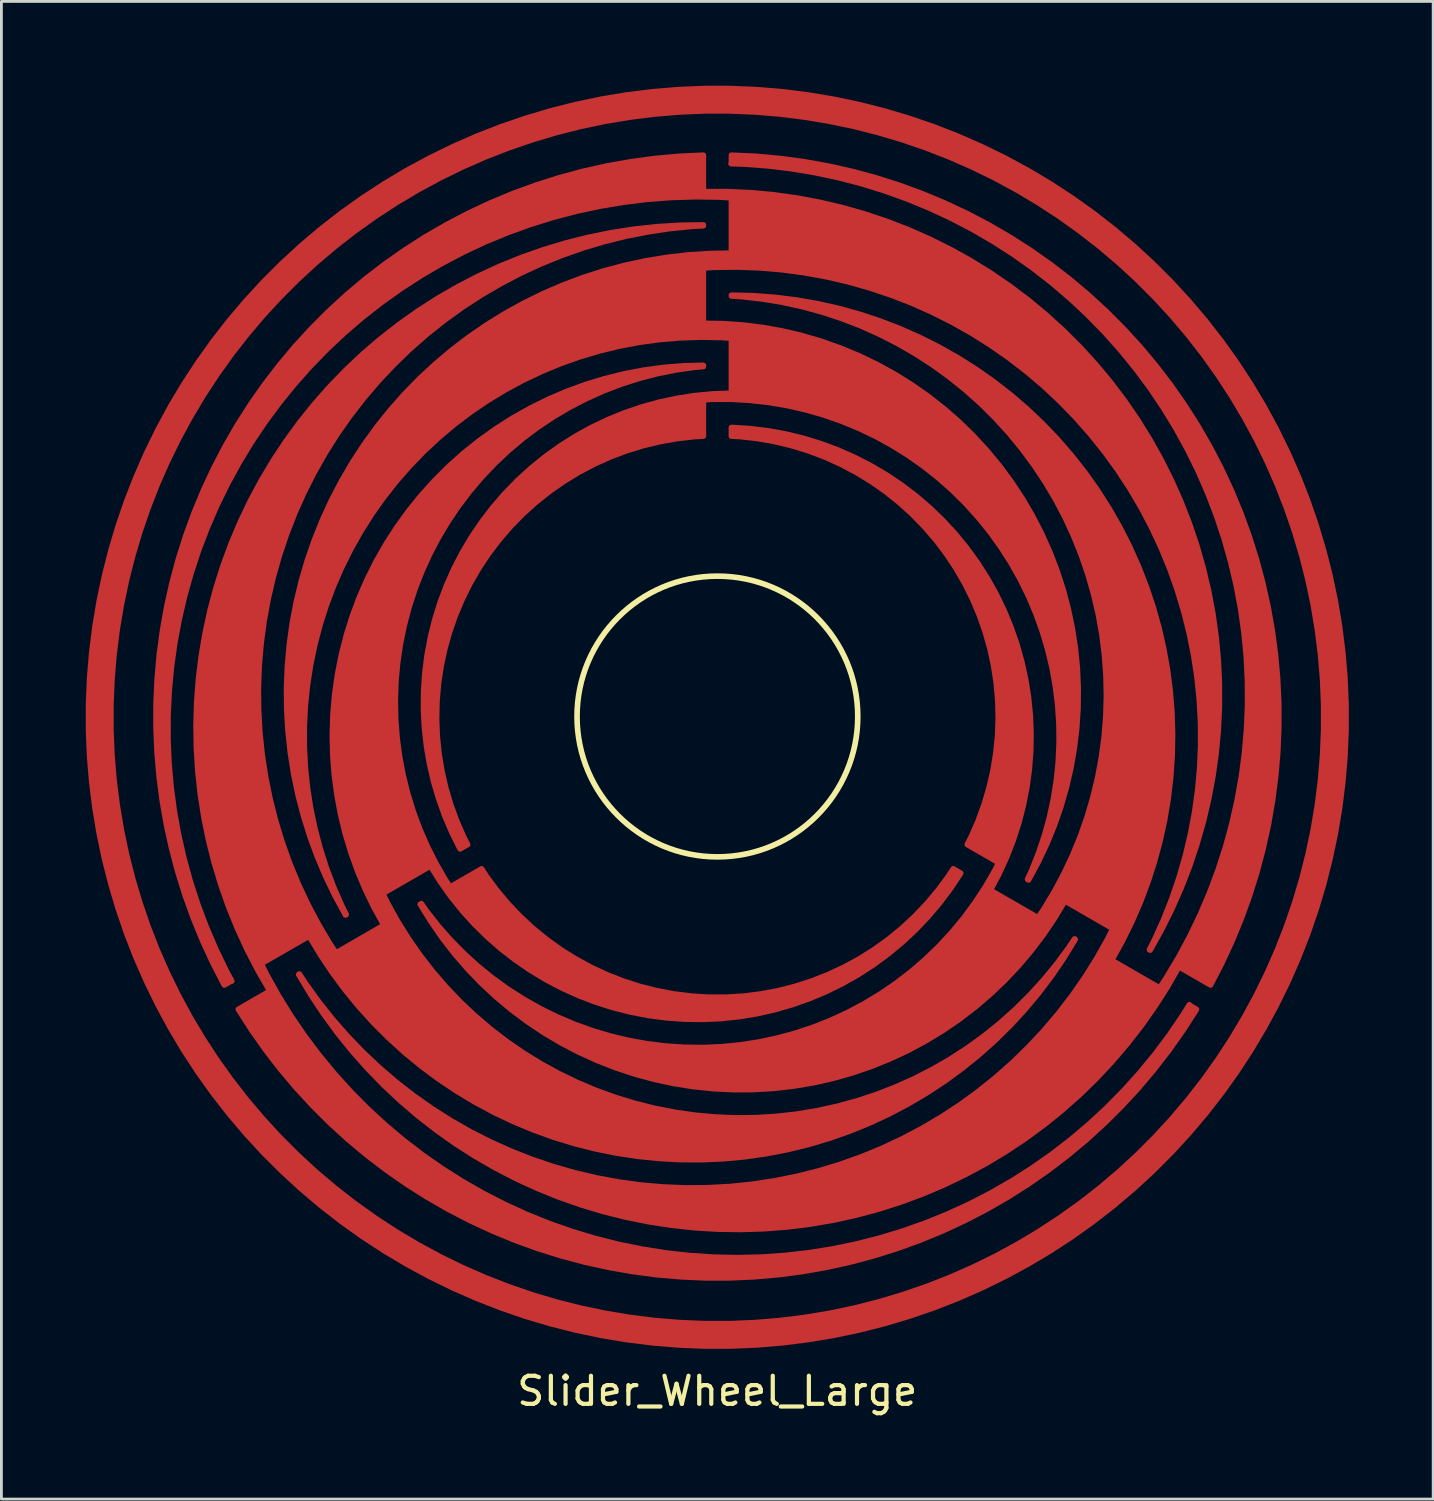
<source format=kicad_pcb>
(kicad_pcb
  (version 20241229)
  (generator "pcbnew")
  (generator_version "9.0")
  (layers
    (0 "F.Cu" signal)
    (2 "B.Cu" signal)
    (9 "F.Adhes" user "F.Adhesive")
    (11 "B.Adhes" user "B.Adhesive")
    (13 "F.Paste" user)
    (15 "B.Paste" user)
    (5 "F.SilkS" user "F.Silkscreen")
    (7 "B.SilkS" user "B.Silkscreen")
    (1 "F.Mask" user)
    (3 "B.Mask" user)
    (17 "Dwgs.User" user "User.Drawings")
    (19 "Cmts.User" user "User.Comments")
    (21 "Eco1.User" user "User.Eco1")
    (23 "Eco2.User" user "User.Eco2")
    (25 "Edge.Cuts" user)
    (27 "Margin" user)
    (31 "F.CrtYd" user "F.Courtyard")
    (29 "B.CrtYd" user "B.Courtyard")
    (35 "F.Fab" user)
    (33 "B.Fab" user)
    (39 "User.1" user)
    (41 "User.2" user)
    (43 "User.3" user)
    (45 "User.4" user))
  (footprint "Slider_Wheel_Large"
    (layer "F.Cu")
    (at 22.5 22.5)
    (property "Reference" "Slider_Wheel_Large" (at 0 24 0) (layer "F.SilkS") (effects (font (size 1 1) (thickness 0.15))))
    (attr through_hole)
    (fp_circle (center 0.004 -0.028) (end 5.004 -0.028) (stroke (width 0.2) (type solid)) (fill no) (layer "F.SilkS"))
    (pad "1" smd custom (at -2.6 -14.8) (size 1 1) (layers "F.Cu" "F.Mask" "F.Paste") (options (anchor rect)) (primitives (gr_poly (pts (xy 3.1 -1.3) (xy 2.1 -1.3) (xy 2.1 1.2) (xy 0.6 1.3) (xy -1.3 1.6) (xy -3.1 2.2) (xy -5.2 3.2) (xy -6.5 4.1) (xy -8 5.4) (xy -9.3 6.9) (xy -10.3 8.3) (xy -11 9.7) (xy -11.6 11.3) (xy -12 13) (xy -12.2 14.8) (xy -12.1 16.6) (xy -11.9 18.2) (xy -11.4 20.2) (xy -12 18.6) (xy -12.3 17.3) (xy -12.6 15.5) (xy -12.7 14.1) (xy -12.6 12.4) (xy -12.4 11.2) (xy -12.1 9.8) (xy -11.6 8.2) (xy -11 6.9) (xy -10.2 5.5) (xy -9.3 4.3) (xy -8.6 3.4) (xy -7.7 2.5) (xy -6.9 1.8) (xy -5.4 0.8) (xy -4.1 0) (xy -2.6 -0.6) (xy -0.8 -1.2) (xy 0.3 -1.4) (xy 1.9 -1.6) (xy 3.1 -1.7)) (width 0.1) (fill yes)) (gr_arc (start -10.621232 21.820568) (mid -9.712831 7.576972) (end 3.104206 1.297738) (width 0.2)) (gr_arc (start -10.646865 21.83505) (mid -10.602016 6.065888) (end 3.104206 -1.732057) (width 0.2)) (gr_line (start -10.618 21.828) (end -10.643 21.842) (width 0.2)) (gr_line (start 18.019 23.094) (end 17.994 23.079) (width 0.2)) (gr_arc (start -14.691799 24.199035) (mid -13.995844 5.016024) (end 3.104206 -3.705246) (width 0.2)) (gr_line (start 2.104 -5.222) (end 2.104 -3.923) (width 0.2)) (gr_line (start 3.104 -1.732) (end 3.104 -3.705) (width 0.2)) (gr_arc (start 2.097831 0.767589) (mid 13.650412 7.314542) (end 13.687349 20.593223) (width 0.2)) (gr_arc (start 2.094824 3.488685) (mid 12.710535 8.758047) (end 13.650996 20.572235) (width 0.2)) (gr_arc (start -6.29267 19.337416) (mid -6.057443 9.774134) (end 2.104206 4.784226) (width 0.2)) (gr_line (start -6.295 19.332) (end -6.562 19.486) (width 0.2)) (gr_arc (start 2.118769 -3.923178) (mid 18.009957 4.911829) (end 18.018621 23.093884) (width 0.2)) (gr_line (start 2.104 3.488) (end 2.104 4.784) (width 0.2)) (gr_arc (start -14.966713 24.324875) (mid -14.713255 4.766441) (end 2.104206 -5.222031) (width 0.2)) (gr_arc (start 2.105916 -1.206418) (mid 17.088778 6.331626) (end 17.993617 23.079448) (width 0.2)) (gr_arc (start -6.560289 19.489062) (mid -6.31476 8.642633) (end 3.104206 3.258547) (width 0.2)) (gr_line (start 13.687 20.593) (end 13.651 20.572) (width 0.2)) (gr_line (start -14.7 24.185) (end -14.961 24.336) (width 0.2)) (gr_line (start 3.104 3.259) (end 3.104 1.298) (width 0.2)) (gr_line (start 2.104 -1.206) (end 2.104 0.768) (width 0.2)) (gr_poly (pts (xy 3.1 -3.8) (xy 4 -3.8) (xy 5.3 -3.7) (xy 6.8 -3.4) (xy 8.2 -3) (xy 9.4 -2.5) (xy 10.7 -1.9) (xy 11.9 -1.3) (xy 13 -0.5) (xy 14.3 0.5) (xy 15.5 1.7) (xy 16.7 3.1) (xy 17.7 4.5) (xy 18.8 6.6) (xy 19.4 8) (xy 19.8 9.2) (xy 20.1 10.7) (xy 20.3 12.4) (xy 20.4 13.7) (xy 20.4 15) (xy 20.2 16.6) (xy 19.9 18.4) (xy 19.5 19.8) (xy 19 21.1) (xy 19.4 19.3) (xy 19.7 17.6) (xy 19.9 15.8) (xy 19.8 13.9) (xy 19.5 12) (xy 18.9 9.7) (xy 17.9 7.6) (xy 16.7 5.7) (xy 15.7 4.4) (xy 14.2 2.9) (xy 12.2 1.3) (xy 10.7 0.5) (xy 8.9 -0.3) (xy 7.6 -0.7) (xy 5.9 -1.1) (xy 4.6 -1.2) (xy 3 -1.3) (xy 3.1 -1.8) (xy 3.1 -3.8) (xy 2.2 -3.8) (xy 2.2 -3.9) (xy 3.1 -3.9)) (width 0.1) (fill yes)) (gr_poly (pts (xy 3.7 0.9) (xy 4.5 1) (xy 6 1.4) (xy 7.2 1.8) (xy 8.9 2.6) (xy 10.2 3.5) (xy 11.1 4.3) (xy 12.1 5.3) (xy 13.1 6.6) (xy 14 8.1) (xy 14.7 9.7) (xy 15.1 11.1) (xy 15.3 12.7) (xy 15.4 14) (xy 15.3 15.4) (xy 15.1 16.8) (xy 14.8 18) (xy 14.2 19.4) (xy 14.6 17.9) (xy 14.8 16.3) (xy 14.8 14.3) (xy 14.4 12.1) (xy 13.7 10.4) (xy 13.1 9.2) (xy 12 7.7) (xy 10.9 6.5) (xy 10 5.8) (xy 9.3 5.3) (xy 7.8 4.5) (xy 6.1 3.9) (xy 4.7 3.6) (xy 3.5 3.4) (xy 2.4 3.4) (xy 2.4 3.3) (xy 3.2 3.3) (xy 3.2 1.2) (xy 2.1 1.2) (xy 2.1 0.8) (xy 2.4 0.8)) (width 0.1) (fill yes)) (gr_poly (pts (xy 2.1 4.7) (xy 1.3 4.8) (xy -0.2 5.1) (xy -1.1 5.4) (xy -2.3 6) (xy -3.4 6.7) (xy -4.4 7.6) (xy -5.2 8.4) (xy -5.9 9.4) (xy -6.4 10.3) (xy -6.9 11.5) (xy -7.2 12.5) (xy -7.4 13.5) (xy -7.5 14.6) (xy -7.4 15.9) (xy -7.2 17.1) (xy -6.8 18.4) (xy -6.3 19.3) (xy -6.5 19.4) (xy -7 18.5) (xy -7.5 16.9) (xy -7.8 15.2) (xy -7.8 13.6) (xy -7.6 12.5) (xy -7.3 10.9) (xy -6.8 9.7) (xy -6.2 8.6) (xy -5.4 7.4) (xy -4.2 6.1) (xy -2.7 5) (xy -1 4.1) (xy 0.6 3.6) (xy 2.1 3.4)) (width 0.1) (fill yes)) (gr_poly (pts (xy 2.1 -3.8) (xy 1.7 -3.8) (xy 0.4 -3.7) (xy -1.4 -3.5) (xy -2.9 -3.2) (xy -4.6 -2.6) (xy -5.5 -2.3) (xy -7.6 -1.2) (xy -9.3 -0.1) (xy -11.1 1.4) (xy -12.5 2.9) (xy -13.5 4.1) (xy -14.5 5.7) (xy -15.4 7.4) (xy -16 8.9) (xy -16.6 10.9) (xy -17 13.7) (xy -17 16.2) (xy -16.9 17.4) (xy -16.7 18.7) (xy -16.4 20.1) (xy -16.1 21.1) (xy -15.7 22.1) (xy -15.4 22.8) (xy -14.8 24.1) (xy -15 24.2) (xy -15.5 23.2) (xy -16.2 21.5) (xy -16.7 19.8) (xy -17 18.3) (xy -17.2 16.9) (xy -17.3 15.2) (xy -17.3 13.9) (xy -17.2 12.4) (xy -16.9 10.5) (xy -16.4 8.8) (xy -15.8 7.1) (xy -14.6 4.7) (xy -13.3 2.7) (xy -12.5 1.7) (xy -11 0.2) (xy -10 -0.7) (xy -9.1 -1.3) (xy -7.7 -2.3) (xy -6.6 -2.9) (xy -4.9 -3.7) (xy -3.2 -4.3) (xy -1.1 -4.8) (xy 1 -5.1) (xy 2.1 -5.2)) (width 0.1) (fill yes))))
    (pad "2" smd custom (at -17.2 2.8) (size 1 1) (layers "F.Cu" "F.Mask" "F.Paste") (options (anchor rect)) (primitives (gr_poly (pts (xy 14.1 -20) (xy 13.2 -19.8) (xy 12 -19.4) (xy 10.7 -18.9) (xy 9.6 -18.4) (xy 8.5 -17.7) (xy 7.5 -17) (xy 5.8 -15.6) (xy 4.5 -14.1) (xy 3.1 -12.2) (xy 2.2 -10.3) (xy 1.4 -8.1) (xy 1 -6.2) (xy 0.8 -4.3) (xy 0.9 -2.2) (xy 1.1 -0.6) (xy 1.5 1.2) (xy 2.2 3) (xy 2.7 4.1) (xy 3 4.7) (xy 0.9 5.9) (xy 1.2 6.4) (xy 1 6.5) (xy 0.6 5.6) (xy -0.1 4.1) (xy -0.7 2.3) (xy -1.1 0.5) (xy -1.3 -1.2) (xy -1.3 -2.8) (xy -1.2 -4.7) (xy -0.9 -6.3) (xy -0.3 -8.4) (xy 0.5 -10.3) (xy 1.7 -12.4) (xy 3.2 -14.3) (xy 5.2 -16.2) (xy 7.3 -17.7) (xy 9.6 -18.9) (xy 11.9 -19.7) (xy 13.7 -20.1) (xy 15.6 -20.3)) (width 0.1) (fill yes)) (gr_poly (pts (xy 14.7 -15) (xy 13.7 -14.7) (xy 12.6 -14.2) (xy 11.3 -13.5) (xy 10.2 -12.8) (xy 9.4 -12.1) (xy 8.6 -11.2) (xy 7.8 -10.1) (xy 7.3 -9.4) (xy 6.3 -7.2) (xy 6 -6.1) (xy 5.8 -5) (xy 5.7 -3.8) (xy 5.7 -2.9) (xy 5.8 -1.6) (xy 6 -0.6) (xy 6.4 0.8) (xy 7.1 2.4) (xy 7.6 3.1) (xy 7.5 3.2) (xy 7 2.5) (xy 6.9 2.5) (xy 4.9 3.7) (xy 4.5 2.8) (xy 4.1 1.7) (xy 3.8 0.5) (xy 3.6 -0.5) (xy 3.5 -2.2) (xy 3.6 -3.6) (xy 3.9 -5.1) (xy 4.4 -6.8) (xy 5 -8.1) (xy 5.6 -9.2) (xy 6.6 -10.5) (xy 7.6 -11.6) (xy 8.8 -12.6) (xy 10.1 -13.5) (xy 11.4 -14.2) (xy 12.7 -14.7) (xy 14.3 -15.1) (xy 16.1 -15.3)) (width 0.1) (fill yes)) (gr_poly (pts (xy 5.7 4.3) (xy 6.4 5.5) (xy 7.4 6.7) (xy 8.8 8.1) (xy 10.1 9.1) (xy 11.6 10) (xy 13.3 10.7) (xy 14.7 11.1) (xy 15.7 11.3) (xy 16.9 11.5) (xy 18.3 11.5) (xy 19.6 11.4) (xy 21.1 11.2) (xy 22.4 10.9) (xy 24.1 10.2) (xy 25.9 9.2) (xy 27.2 8.2) (xy 28.8 6.7) (xy 27.9 7.8) (xy 26.9 8.8) (xy 25.6 9.9) (xy 24.3 10.7) (xy 22.8 11.5) (xy 21 12.2) (xy 18.9 12.7) (xy 17.1 12.9) (xy 15.6 12.9) (xy 13.8 12.7) (xy 12 12.3) (xy 10.1 11.6) (xy 8.8 11) (xy 7.6 10.3) (xy 6.7 9.6) (xy 5.8 8.8) (xy 5 8) (xy 4.1 7) (xy 3.4 6) (xy 2.7 4.9) (xy 3 4.7) (xy 3.6 5.7) (xy 5.4 4.7) (xy 4.9 3.8) (xy 5.3 3.5)) (width 0.1) (fill yes)) (gr_poly (pts (xy 9.1 3.2) (xy 9.9 4) (xy 10.8 5) (xy 12.2 5.9) (xy 13.6 6.6) (xy 15.1 7) (xy 16.2 7.2) (xy 17.3 7.3) (xy 18.9 7.1) (xy 20.4 6.7) (xy 22.1 6) (xy 23.1 5.3) (xy 24.4 4.2) (xy 25.1 3.4) (xy 25.6 2.7) (xy 25.8 2.8) (xy 25.7 2.9) (xy 24.9 4) (xy 23.7 5.2) (xy 22.5 6.1) (xy 20.8 7) (xy 19.5 7.5) (xy 18.1 7.8) (xy 16.8 7.9) (xy 15.9 7.9) (xy 14.6 7.7) (xy 13 7.3) (xy 11.8 6.8) (xy 10.6 6.2) (xy 9.7 5.5) (xy 8.6 4.5) (xy 7.9 3.7) (xy 7.5 3.2) (xy 7.6 3.1) (xy 7.7 3.3) (xy 8.8 2.6)) (width 0.1) (fill yes)) (gr_poly (pts (xy 2.5 8.6) (xy 3.6 10) (xy 4.8 11.3) (xy 6.3 12.6) (xy 7.3 13.3) (xy 8.3 13.9) (xy 9.6 14.6) (xy 10.9 15.2) (xy 12.2 15.6) (xy 13.2 15.9) (xy 14.4 16.2) (xy 15.3 16.3) (xy 16.8 16.5) (xy 18.5 16.5) (xy 19.5 16.4) (xy 21.1 16.2) (xy 22.8 15.8) (xy 24.4 15.3) (xy 25.5 14.9) (xy 26.5 14.4) (xy 27.8 13.7) (xy 28.7 13.1) (xy 29.8 12.3) (xy 30.7 11.5) (xy 31.8 10.4) (xy 32.7 9.4) (xy 33.5 8.3) (xy 34 7.5) (xy 34.2 7.6) (xy 33.8 8.3) (xy 33 9.3) (xy 32.2 10.2) (xy 31.9 10.6) (xy 30 12.5) (xy 28.9 13.3) (xy 27.4 14.3) (xy 26.5 14.8) (xy 24.3 15.8) (xy 22.7 16.3) (xy 20.7 16.8) (xy 19.2 17) (xy 17.6 17.1) (xy 16.2 17.1) (xy 15 17) (xy 13.4 16.7) (xy 12.2 16.4) (xy 10.7 16) (xy 9.1 15.4) (xy 7.5 14.6) (xy 6.3 13.9) (xy 4.4 12.4) (xy 3.1 11.3) (xy 1.7 9.7) (xy 0.9 8.6) (xy 0.2 7.6) (xy 1.4 6.9)) (width 0.1) (fill yes)) (gr_arc (start 7.687504 3.254372) (mid 6.94305 -8.573784) (end 16.704206 -15.295341) (width 0.2)) (gr_arc (start 34.016503 7.436838) (mid 17.055552 16.425629) (end 0.952686 5.977188) (width 0.2)) (gr_line (start 34.008 7.451) (end 34.269 7.602) (width 0.2)) (gr_arc (start 5.329462 4.612317) (mid 5.222999 -8.665988) (end 16.704206 -15.337317) (width 0.2)) (gr_line (start 29.926 5.094) (end 29.951 5.108) (width 0.2)) (gr_line (start 3.617 5.594) (end 5.326 4.607) (width 0.2)) (gr_arc (start 1.256668 6.939569) (mid 0.962414 -11.240109) (end 16.704206 -20.33864) (width 0.2)) (gr_line (start 16.704 -20.339) (end 16.704 -20.31) (width 0.2)) (gr_arc (start 34.262942 7.612002) (mid 17.198112 17.171717) (end 0.139111 7.601605) (width 0.2)) (gr_arc (start 3.61588 5.592318) (mid 2.652586 -11.152243) (end 16.704206 -20.309767) (width 0.2)) (gr_arc (start 29.946766 5.115816) (mid 16.267847 12.961557) (end 2.661518 4.990593) (width 0.2)) (gr_line (start 7.682 3.247) (end 8.805 2.598) (width 0.2)) (gr_arc (start 25.871793 2.749732) (mid 16.355745 7.960312) (end 6.983507 2.495291) (width 0.2)) (gr_line (start 16.704 -15.337) (end 16.704 -15.295) (width 0.2)) (gr_arc (start 25.606655 2.593789) (mid 17.206996 7.171718) (end 8.804784 2.598477) (width 0.2)) (gr_line (start 2.662 4.991) (end 0.953 5.977) (width 0.2)) (gr_line (start 25.604 2.598) (end 25.87 2.752) (width 0.2)) (gr_line (start 0.139 7.602) (end 1.264 6.952) (width 0.2)) (gr_line (start 6.984 2.495) (end 5.285 3.476) (width 0.2)) (gr_arc (start 29.921408 5.100858) (mid 17.131892 11.435958) (end 5.285397 3.475696) (width 0.2))))
    (pad "3" smd custom (at 19.4 0) (size 1 1) (layers "F.Cu" "F.Mask" "F.Paste") (options (anchor circle)) (primitives (gr_line (start -5.353 8.657) (end -3.644 9.643) (width 0.2)) (gr_line (start -9.675 6.161) (end -7.977 7.142) (width 0.2)) (gr_arc (start -9.36971 5.172097) (mid -19.240967 11.730892) (end -29.942584 6.638261) (width 0.2)) (gr_arc (start -7.014673 6.53525) (mid -18.460793 13.266603) (end -29.978937 6.659249) (width 0.2)) (gr_line (start -18.896 -19.72) (end -18.896 -20.022) (width 0.2)) (gr_arc (start -18.898886 -10.32364) (mid -9.628367 -4.687791) (end -9.675095 6.161316) (width 0.2)) (gr_line (start -29.979 6.659) (end -29.943 6.638) (width 0.2)) (gr_arc (start -18.887557 -15.006271) (mid -7.006443 -7.097775) (end -7.976985 7.141721) (width 0.2)) (gr_arc (start -18.901366 -10.016052) (mid -10.736935 -5.030698) (end -10.496372 4.532452) (width 0.2)) (gr_line (start -18.896 -10.016) (end -18.896 -10.324) (width 0.2)) (gr_arc (start -18.883611 -20.021723) (mid -2.07224 -10.023005) (end -1.830699 9.53558) (width 0.2)) (gr_arc (start -2.96282 8.898765) (mid -18.559755 18.243435) (end -34.310209 9.15991) (width 0.2)) (gr_line (start -9.374 5.18) (end -10.496 4.532) (width 0.2)) (gr_arc (start -5.309177 7.529254) (mid -19.328746 16.735772) (end -34.285205 9.145474) (width 0.2)) (gr_poly (pts (xy -17.8 -19.9) (xy -15.6 -19.6) (xy -12.9 -18.9) (xy -10.8 -18) (xy -8.9 -17) (xy -6.6 -15.4) (xy -5.2 -14) (xy -3.8 -12.5) (xy -2.6 -10.9) (xy -2 -9.8) (xy -1.5 -8.8) (xy -0.9 -7.6) (xy -0.2 -5.7) (xy 0.2 -3.4) (xy 0.5 -1.1) (xy 0.5 0.7) (xy 0.4 2.6) (xy -0.1 4.9) (xy -0.8 7.1) (xy -1.8 9.4) (xy -3 8.8) (xy -2.4 7.7) (xy -1.5 5.6) (xy -0.8 3.1) (xy -0.6 1.7) (xy -0.4 0) (xy -0.5 -1.9) (xy -0.7 -3.8) (xy -1.1 -5.8) (xy -2.1 -8.4) (xy -3.6 -11.3) (xy -5.3 -13.4) (xy -7.1 -15.2) (xy -8.3 -16.2) (xy -9.6 -17) (xy -11.3 -18) (xy -13 -18.7) (xy -14.8 -19.2) (xy -16.1 -19.5) (xy -17.4 -19.7) (xy -18.8 -19.8) (xy -18.8 -20)) (width 0.1) (fill yes)) (gr_poly (pts (xy -15.3 -14.6) (xy -13.8 -14.1) (xy -12 -13.4) (xy -10.7 -12.7) (xy -9.3 -11.7) (xy -7.7 -10.2) (xy -6.8 -9.2) (xy -6 -8.1) (xy -5.2 -6.8) (xy -4.2 -4.8) (xy -3.6 -2.8) (xy -3.3 -0.4) (xy -3.3 1.1) (xy -3.4 3.2) (xy -4 5.3) (xy -4.6 7) (xy -5.4 8.7) (xy -3.6 9.7) (xy -3 8.8) (xy -3.8 10.1) (xy -4.7 11.5) (xy -6.1 13.1) (xy -8.3 14.8) (xy -10.1 15.9) (xy -12.1 16.9) (xy -14.6 17.7) (xy -16.9 18.1) (xy -19.3 18.2) (xy -21.9 17.9) (xy -24.4 17.3) (xy -27 16.2) (xy -29.2 14.8) (xy -31.3 13) (xy -33.3 10.7) (xy -31.2 12.7) (xy -29.9 13.8) (xy -27.8 15) (xy -25.5 16) (xy -23.2 16.6) (xy -20.3 16.8) (xy -19.2 16.8) (xy -17.8 16.7) (xy -16.1 16.3) (xy -14.6 15.9) (xy -12.8 15.1) (xy -11 14.1) (xy -9.4 12.9) (xy -7.2 10.6) (xy -5.9 8.8) (xy -5.2 7.5) (xy -7 6.5) (xy -7.9 7.8) (xy -8.9 9) (xy -10.1 10.1) (xy -11.3 11) (xy -13.1 12) (xy -14.8 12.7) (xy -16.8 13.1) (xy -18.8 13.2) (xy -21.3 12.9) (xy -23.1 12.4) (xy -25.4 11.3) (xy -26.7 10.4) (xy -28.1 9.1) (xy -29.2 7.7) (xy -27.7 9.1) (xy -26.1 10.2) (xy -25 10.8) (xy -23.3 11.4) (xy -21.9 11.7) (xy -20.8 11.8) (xy -19.4 11.8) (xy -18.1 11.7) (xy -16.8 11.4) (xy -15.4 10.9) (xy -14 10.2) (xy -12.6 9.3) (xy -11.1 7.9) (xy -10 6.4) (xy -9.8 6.1) (xy -8 7.2) (xy -7.7 6.7) (xy -6.9 5.3) (xy -6 3.2) (xy -5.7 1.9) (xy -5.5 0.3) (xy -5.5 -1.1) (xy -5.6 -2.7) (xy -5.8 -3.9) (xy -6.3 -5.6) (xy -7 -7.3) (xy -8 -8.9) (xy -9.1 -10.4) (xy -10.5 -11.7) (xy -12.1 -12.9) (xy -14 -13.9) (xy -15.8 -14.5) (xy -17.4 -14.9)) (width 0.1) (fill yes)) (gr_poly (pts (xy -18 -10.2) (xy -16.5 -9.9) (xy -15 -9.4) (xy -13.5 -8.7) (xy -11.8 -7.4) (xy -10.8 -6.2) (xy -9.9 -5) (xy -9 -3.1) (xy -8.4 -1) (xy -8.3 1) (xy -8.5 2.6) (xy -9 4.6) (xy -9.5 5.8) (xy -9.7 6.1) (xy -9.8 6) (xy -9.3 5.2) (xy -10.5 4.5) (xy -10 3.6) (xy -9.6 2.5) (xy -9.4 1.1) (xy -9.3 -0.3) (xy -9.5 -1.9) (xy -9.9 -3.5) (xy -10.5 -4.8) (xy -11.5 -6.3) (xy -13.2 -8) (xy -14.8 -9) (xy -16.6 -9.7) (xy -18 -10) (xy -18.9 -10.1) (xy -18.9 -10.3)) (width 0.1) (fill yes)) (gr_line (start -5.308 7.528) (end -7.018 6.541) (width 0.2)) (gr_line (start -34.31 9.16) (end -34.285 9.145) (width 0.2)) (gr_arc (start -18.887283 -15.035712) (mid -5.253213 -7.112291) (end -5.353106 8.656618) (width 0.2)) (gr_arc (start -18.912086 -19.720719) (mid -2.64709 -9.526499) (end -3.644273 9.643213) (width 0.2)) (gr_line (start -1.831 9.536) (end -2.956 8.886) (width 0.2)) (gr_line (start -18.896 -15.007) (end -18.896 -15.036) (width 0.2))))
    (pad "4" smd custom (at 11.3 18.8) (size 0.5 0.5) (layers "F.Cu" "F.Mask" "F.Paste") (options (anchor circle)) (primitives (gr_circle (center -11.3 -18.8) (end 10.7 -18.8) (width 1) (fill no)))))
  (gr_rect
    (start -3 -3)
    (end 48 50.348)
    (stroke (width 0.1) (type default))
    (fill no)
    (layer "Edge.Cuts")))
</source>
